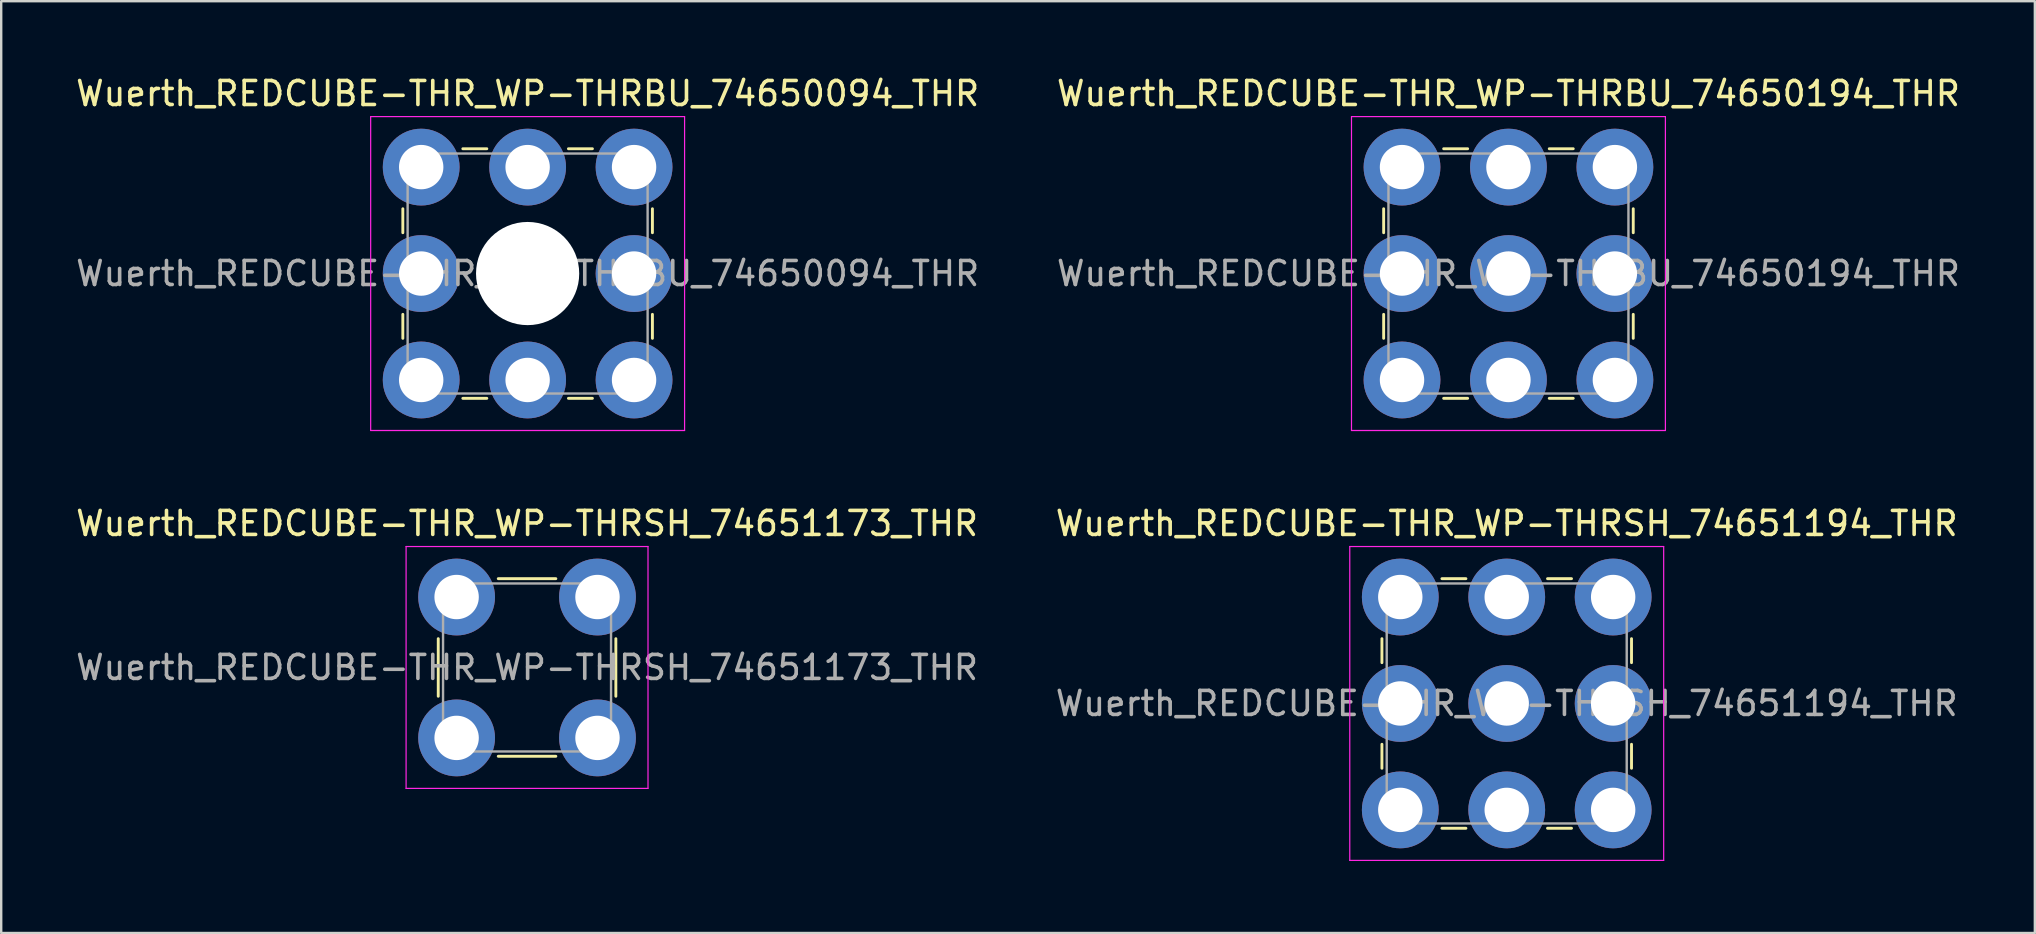
<source format=kicad_pcb>
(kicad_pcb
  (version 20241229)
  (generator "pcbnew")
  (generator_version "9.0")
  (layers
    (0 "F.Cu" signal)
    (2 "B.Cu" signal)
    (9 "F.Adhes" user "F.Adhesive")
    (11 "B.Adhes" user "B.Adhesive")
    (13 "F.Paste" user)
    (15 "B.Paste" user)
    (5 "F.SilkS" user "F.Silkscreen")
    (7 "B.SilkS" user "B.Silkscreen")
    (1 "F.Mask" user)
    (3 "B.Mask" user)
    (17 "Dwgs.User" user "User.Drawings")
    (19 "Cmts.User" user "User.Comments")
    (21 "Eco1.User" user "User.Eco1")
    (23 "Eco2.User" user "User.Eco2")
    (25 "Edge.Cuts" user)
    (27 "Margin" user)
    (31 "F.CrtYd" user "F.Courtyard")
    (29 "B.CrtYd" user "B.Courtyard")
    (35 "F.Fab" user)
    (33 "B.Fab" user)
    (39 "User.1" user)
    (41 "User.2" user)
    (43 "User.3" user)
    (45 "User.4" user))
  (footprint "Wuerth_REDCUBE-THR_WP-THRBU_74650094_THR"
    (layer "F.Cu")
    (at 18.935 8.348)
    (property "Reference" "Wuerth_REDCUBE-THR_WP-THRBU_74650094_THR" (at 0 -7.5 0) (layer "F.SilkS") (effects (font (size 1 1) (thickness 0.15))))
    (attr smd)
    (fp_line (start -5.2 -2.7) (end -5.2 -1.7) (stroke (width 0.12) (type solid)) (layer "F.SilkS"))
    (fp_line (start -5.2 1.7) (end -5.2 2.7) (stroke (width 0.12) (type solid)) (layer "F.SilkS"))
    (fp_line (start -2.7 -5.2) (end -1.7 -5.2) (stroke (width 0.12) (type solid)) (layer "F.SilkS"))
    (fp_line (start -2.7 5.2) (end -1.7 5.2) (stroke (width 0.12) (type solid)) (layer "F.SilkS"))
    (fp_line (start 1.7 -5.2) (end 2.7 -5.2) (stroke (width 0.12) (type solid)) (layer "F.SilkS"))
    (fp_line (start 1.7 5.2) (end 2.7 5.2) (stroke (width 0.12) (type solid)) (layer "F.SilkS"))
    (fp_line (start 5.2 -1.7) (end 5.2 -2.7) (stroke (width 0.12) (type solid)) (layer "F.SilkS"))
    (fp_line (start 5.2 2.7) (end 5.2 1.7) (stroke (width 0.12) (type solid)) (layer "F.SilkS"))
    (fp_line (start -6.54 -6.54) (end 6.54 -6.54) (stroke (width 0.05) (type solid)) (layer "F.CrtYd"))
    (fp_line (start -6.54 6.54) (end -6.54 -6.54) (stroke (width 0.05) (type solid)) (layer "F.CrtYd"))
    (fp_line (start 6.54 -6.54) (end 6.54 6.54) (stroke (width 0.05) (type solid)) (layer "F.CrtYd"))
    (fp_line (start 6.54 6.54) (end -6.54 6.54) (stroke (width 0.05) (type solid)) (layer "F.CrtYd"))
    (fp_line (start -5 -5) (end 5 -5) (stroke (width 0.1) (type solid)) (layer "F.Fab"))
    (fp_line (start -5 5) (end -5 -5) (stroke (width 0.1) (type solid)) (layer "F.Fab"))
    (fp_line (start 5 -5) (end 5 5) (stroke (width 0.1) (type solid)) (layer "F.Fab"))
    (fp_line (start 5 5) (end -5 5) (stroke (width 0.1) (type solid)) (layer "F.Fab"))
    (fp_text user "${REFERENCE}" (at 0 0 0) (layer "F.Fab") (effects (font (size 1 1) (thickness 0.15))))
    (pad "" smd circle (at -4.435 -4.435) (size 3.1 3.1) (layers "F.Paste"))
    (pad "" smd circle (at -4.435 0) (size 3.1 3.1) (layers "F.Paste"))
    (pad "" smd circle (at -4.435 4.435) (size 3.1 3.1) (layers "F.Paste"))
    (pad "" smd circle (at 0 -4.435) (size 3.1 3.1) (layers "F.Paste"))
    (pad "" np_thru_hole circle (at 0 0) (size 4.3 4.3) (drill 4.3) (layers "*.Cu" "*.Mask"))
    (pad "" smd circle (at 0 4.435) (size 3.1 3.1) (layers "F.Paste"))
    (pad "" smd circle (at 4.435 -4.435) (size 3.1 3.1) (layers "F.Paste"))
    (pad "" smd circle (at 4.435 0) (size 3.1 3.1) (layers "F.Paste"))
    (pad "" smd circle (at 4.435 4.435) (size 3.1 3.1) (layers "F.Paste"))
    (pad "1" thru_hole circle (at -4.435 -4.435) (size 3.2 3.2) (drill 1.85) (layers "*.Cu" "*.Mask"))
    (pad "1" thru_hole circle (at -4.435 0) (size 3.2 3.2) (drill 1.85) (layers "*.Cu" "*.Mask"))
    (pad "1" thru_hole circle (at -4.435 4.435) (size 3.2 3.2) (drill 1.85) (layers "*.Cu" "*.Mask"))
    (pad "1" thru_hole circle (at 0 -4.435) (size 3.2 3.2) (drill 1.85) (layers "*.Cu" "*.Mask"))
    (pad "1" thru_hole circle (at 0 4.435) (size 3.2 3.2) (drill 1.85) (layers "*.Cu" "*.Mask"))
    (pad "1" thru_hole circle (at 4.435 -4.435) (size 3.2 3.2) (drill 1.85) (layers "*.Cu" "*.Mask"))
    (pad "1" thru_hole circle (at 4.435 0) (size 3.2 3.2) (drill 1.85) (layers "*.Cu" "*.Mask"))
    (pad "1" thru_hole circle (at 4.435 4.435) (size 3.2 3.2) (drill 1.85) (layers "*.Cu" "*.Mask")))
  (footprint "Wuerth_REDCUBE-THR_WP-THRSH_74651194_THR"
    (layer "F.Cu")
    (at 59.732 26.262)
    (property "Reference" "Wuerth_REDCUBE-THR_WP-THRSH_74651194_THR" (at 0 -7.5 0) (layer "F.SilkS") (effects (font (size 1 1) (thickness 0.15))))
    (attr smd)
    (fp_line (start -5.2 -2.7) (end -5.2 -1.7) (stroke (width 0.12) (type solid)) (layer "F.SilkS"))
    (fp_line (start -5.2 1.7) (end -5.2 2.7) (stroke (width 0.12) (type solid)) (layer "F.SilkS"))
    (fp_line (start -2.7 -5.2) (end -1.7 -5.2) (stroke (width 0.12) (type solid)) (layer "F.SilkS"))
    (fp_line (start -2.7 5.2) (end -1.7 5.2) (stroke (width 0.12) (type solid)) (layer "F.SilkS"))
    (fp_line (start 1.7 -5.2) (end 2.7 -5.2) (stroke (width 0.12) (type solid)) (layer "F.SilkS"))
    (fp_line (start 1.7 5.2) (end 2.7 5.2) (stroke (width 0.12) (type solid)) (layer "F.SilkS"))
    (fp_line (start 5.2 -1.7) (end 5.2 -2.7) (stroke (width 0.12) (type solid)) (layer "F.SilkS"))
    (fp_line (start 5.2 2.7) (end 5.2 1.7) (stroke (width 0.12) (type solid)) (layer "F.SilkS"))
    (fp_line (start -6.54 -6.54) (end 6.54 -6.54) (stroke (width 0.05) (type solid)) (layer "F.CrtYd"))
    (fp_line (start -6.54 6.54) (end -6.54 -6.54) (stroke (width 0.05) (type solid)) (layer "F.CrtYd"))
    (fp_line (start 6.54 -6.54) (end 6.54 6.54) (stroke (width 0.05) (type solid)) (layer "F.CrtYd"))
    (fp_line (start 6.54 6.54) (end -6.54 6.54) (stroke (width 0.05) (type solid)) (layer "F.CrtYd"))
    (fp_line (start -5 -5) (end 5 -5) (stroke (width 0.1) (type solid)) (layer "F.Fab"))
    (fp_line (start -5 5) (end -5 -5) (stroke (width 0.1) (type solid)) (layer "F.Fab"))
    (fp_line (start 5 -5) (end 5 5) (stroke (width 0.1) (type solid)) (layer "F.Fab"))
    (fp_line (start 5 5) (end -5 5) (stroke (width 0.1) (type solid)) (layer "F.Fab"))
    (fp_text user "${REFERENCE}" (at 0 0 0) (layer "F.Fab") (effects (font (size 1 1) (thickness 0.15))))
    (pad "" smd circle (at -4.435 -4.435) (size 3.1 3.1) (layers "F.Paste"))
    (pad "" smd circle (at -4.435 0) (size 3.1 3.1) (layers "F.Paste"))
    (pad "" smd circle (at -4.435 4.435) (size 3.1 3.1) (layers "F.Paste"))
    (pad "" smd circle (at 0 -4.435) (size 3.1 3.1) (layers "F.Paste"))
    (pad "" smd circle (at 0 0) (size 3.1 3.1) (layers "F.Paste"))
    (pad "" smd circle (at 0 4.435) (size 3.1 3.1) (layers "F.Paste"))
    (pad "" smd circle (at 4.435 -4.435) (size 3.1 3.1) (layers "F.Paste"))
    (pad "" smd circle (at 4.435 0) (size 3.1 3.1) (layers "F.Paste"))
    (pad "" smd circle (at 4.435 4.435) (size 3.1 3.1) (layers "F.Paste"))
    (pad "1" thru_hole circle (at -4.435 -4.435) (size 3.2 3.2) (drill 1.85) (layers "*.Cu" "*.Mask"))
    (pad "1" thru_hole circle (at -4.435 0) (size 3.2 3.2) (drill 1.85) (layers "*.Cu" "*.Mask"))
    (pad "1" thru_hole circle (at -4.435 4.435) (size 3.2 3.2) (drill 1.85) (layers "*.Cu" "*.Mask"))
    (pad "1" thru_hole circle (at 0 -4.435) (size 3.2 3.2) (drill 1.85) (layers "*.Cu" "*.Mask"))
    (pad "1" thru_hole circle (at 0 0) (size 3.2 3.2) (drill 1.85) (layers "*.Cu" "*.Mask"))
    (pad "1" thru_hole circle (at 0 4.435) (size 3.2 3.2) (drill 1.85) (layers "*.Cu" "*.Mask"))
    (pad "1" thru_hole circle (at 4.435 -4.435) (size 3.2 3.2) (drill 1.85) (layers "*.Cu" "*.Mask"))
    (pad "1" thru_hole circle (at 4.435 0) (size 3.2 3.2) (drill 1.85) (layers "*.Cu" "*.Mask"))
    (pad "1" thru_hole circle (at 4.435 4.435) (size 3.2 3.2) (drill 1.85) (layers "*.Cu" "*.Mask")))
  (footprint "Wuerth_REDCUBE-THR_WP-THRSH_74651173_THR"
    (layer "F.Cu")
    (at 18.911 24.762)
    (property "Reference" "Wuerth_REDCUBE-THR_WP-THRSH_74651173_THR" (at 0 -6 0) (layer "F.SilkS") (effects (font (size 1 1) (thickness 0.15))))
    (attr smd)
    (fp_line (start -3.7 1.2) (end -3.7 -1.2) (stroke (width 0.12) (type solid)) (layer "F.SilkS"))
    (fp_line (start -1.2 -3.7) (end 1.2 -3.7) (stroke (width 0.12) (type solid)) (layer "F.SilkS"))
    (fp_line (start 1.2 3.7) (end -1.2 3.7) (stroke (width 0.12) (type solid)) (layer "F.SilkS"))
    (fp_line (start 3.7 -1.2) (end 3.7 1.2) (stroke (width 0.12) (type solid)) (layer "F.SilkS"))
    (fp_line (start -5.04 -5.04) (end 5.04 -5.04) (stroke (width 0.05) (type solid)) (layer "F.CrtYd"))
    (fp_line (start -5.04 5.04) (end -5.04 -5.04) (stroke (width 0.05) (type solid)) (layer "F.CrtYd"))
    (fp_line (start 5.04 -5.04) (end 5.04 5.04) (stroke (width 0.05) (type solid)) (layer "F.CrtYd"))
    (fp_line (start 5.04 5.04) (end -5.04 5.04) (stroke (width 0.05) (type solid)) (layer "F.CrtYd"))
    (fp_line (start -3.5 -3.5) (end 3.5 -3.5) (stroke (width 0.1) (type solid)) (layer "F.Fab"))
    (fp_line (start -3.5 3.5) (end -3.5 -3.5) (stroke (width 0.1) (type solid)) (layer "F.Fab"))
    (fp_line (start 3.5 -3.5) (end 3.5 3.5) (stroke (width 0.1) (type solid)) (layer "F.Fab"))
    (fp_line (start 3.5 3.5) (end -3.5 3.5) (stroke (width 0.1) (type solid)) (layer "F.Fab"))
    (fp_text user "${REFERENCE}" (at 0 0 0) (layer "F.Fab") (effects (font (size 1 1) (thickness 0.15))))
    (pad "" smd circle (at -2.935 -2.935) (size 3.1 3.1) (layers "F.Paste"))
    (pad "" smd circle (at -2.935 2.935) (size 3.1 3.1) (layers "F.Paste"))
    (pad "" smd circle (at 2.935 -2.935) (size 3.1 3.1) (layers "F.Paste"))
    (pad "" smd circle (at 2.935 2.935) (size 3.1 3.1) (layers "F.Paste"))
    (pad "1" thru_hole circle (at -2.935 -2.935) (size 3.2 3.2) (drill 1.85) (layers "*.Cu" "*.Mask"))
    (pad "1" thru_hole circle (at -2.935 2.935) (size 3.2 3.2) (drill 1.85) (layers "*.Cu" "*.Mask"))
    (pad "1" thru_hole circle (at 2.935 -2.935) (size 3.2 3.2) (drill 1.85) (layers "*.Cu" "*.Mask"))
    (pad "1" thru_hole circle (at 2.935 2.935) (size 3.2 3.2) (drill 1.85) (layers "*.Cu" "*.Mask")))
  (footprint "Wuerth_REDCUBE-THR_WP-THRBU_74650194_THR"
    (layer "F.Cu")
    (at 59.804 8.348)
    (property "Reference" "Wuerth_REDCUBE-THR_WP-THRBU_74650194_THR" (at 0 -7.5 0) (layer "F.SilkS") (effects (font (size 1 1) (thickness 0.15))))
    (attr smd)
    (fp_line (start -5.2 -2.7) (end -5.2 -1.7) (stroke (width 0.12) (type solid)) (layer "F.SilkS"))
    (fp_line (start -5.2 1.7) (end -5.2 2.7) (stroke (width 0.12) (type solid)) (layer "F.SilkS"))
    (fp_line (start -2.7 -5.2) (end -1.7 -5.2) (stroke (width 0.12) (type solid)) (layer "F.SilkS"))
    (fp_line (start -2.7 5.2) (end -1.7 5.2) (stroke (width 0.12) (type solid)) (layer "F.SilkS"))
    (fp_line (start 1.7 -5.2) (end 2.7 -5.2) (stroke (width 0.12) (type solid)) (layer "F.SilkS"))
    (fp_line (start 1.7 5.2) (end 2.7 5.2) (stroke (width 0.12) (type solid)) (layer "F.SilkS"))
    (fp_line (start 5.2 -1.7) (end 5.2 -2.7) (stroke (width 0.12) (type solid)) (layer "F.SilkS"))
    (fp_line (start 5.2 2.7) (end 5.2 1.7) (stroke (width 0.12) (type solid)) (layer "F.SilkS"))
    (fp_line (start -6.54 -6.54) (end 6.54 -6.54) (stroke (width 0.05) (type solid)) (layer "F.CrtYd"))
    (fp_line (start -6.54 6.54) (end -6.54 -6.54) (stroke (width 0.05) (type solid)) (layer "F.CrtYd"))
    (fp_line (start 6.54 -6.54) (end 6.54 6.54) (stroke (width 0.05) (type solid)) (layer "F.CrtYd"))
    (fp_line (start 6.54 6.54) (end -6.54 6.54) (stroke (width 0.05) (type solid)) (layer "F.CrtYd"))
    (fp_line (start -5 -5) (end 5 -5) (stroke (width 0.1) (type solid)) (layer "F.Fab"))
    (fp_line (start -5 5) (end -5 -5) (stroke (width 0.1) (type solid)) (layer "F.Fab"))
    (fp_line (start 5 -5) (end 5 5) (stroke (width 0.1) (type solid)) (layer "F.Fab"))
    (fp_line (start 5 5) (end -5 5) (stroke (width 0.1) (type solid)) (layer "F.Fab"))
    (fp_text user "${REFERENCE}" (at 0 0 0) (layer "F.Fab") (effects (font (size 1 1) (thickness 0.15))))
    (pad "" smd circle (at -4.435 -4.435) (size 3.1 3.1) (layers "F.Paste"))
    (pad "" smd circle (at -4.435 0) (size 3.1 3.1) (layers "F.Paste"))
    (pad "" smd circle (at -4.435 4.435) (size 3.1 3.1) (layers "F.Paste"))
    (pad "" smd circle (at 0 -4.435) (size 3.1 3.1) (layers "F.Paste"))
    (pad "" smd circle (at 0 0) (size 3.1 3.1) (layers "F.Paste"))
    (pad "" smd circle (at 0 4.435) (size 3.1 3.1) (layers "F.Paste"))
    (pad "" smd circle (at 4.435 -4.435) (size 3.1 3.1) (layers "F.Paste"))
    (pad "" smd circle (at 4.435 0) (size 3.1 3.1) (layers "F.Paste"))
    (pad "" smd circle (at 4.435 4.435) (size 3.1 3.1) (layers "F.Paste"))
    (pad "1" thru_hole circle (at -4.435 -4.435) (size 3.2 3.2) (drill 1.85) (layers "*.Cu" "*.Mask"))
    (pad "1" thru_hole circle (at -4.435 0) (size 3.2 3.2) (drill 1.85) (layers "*.Cu" "*.Mask"))
    (pad "1" thru_hole circle (at -4.435 4.435) (size 3.2 3.2) (drill 1.85) (layers "*.Cu" "*.Mask"))
    (pad "1" thru_hole circle (at 0 -4.435) (size 3.2 3.2) (drill 1.85) (layers "*.Cu" "*.Mask"))
    (pad "1" thru_hole circle (at 0 0) (size 3.2 3.2) (drill 1.85) (layers "*.Cu" "*.Mask"))
    (pad "1" thru_hole circle (at 0 4.435) (size 3.2 3.2) (drill 1.85) (layers "*.Cu" "*.Mask"))
    (pad "1" thru_hole circle (at 4.435 -4.435) (size 3.2 3.2) (drill 1.85) (layers "*.Cu" "*.Mask"))
    (pad "1" thru_hole circle (at 4.435 0) (size 3.2 3.2) (drill 1.85) (layers "*.Cu" "*.Mask"))
    (pad "1" thru_hole circle (at 4.435 4.435) (size 3.2 3.2) (drill 1.85) (layers "*.Cu" "*.Mask")))
  (gr_rect
    (start -3 -3)
    (end 81.738 35.827)
    (stroke (width 0.1) (type default))
    (fill no)
    (layer "Edge.Cuts")))
</source>
